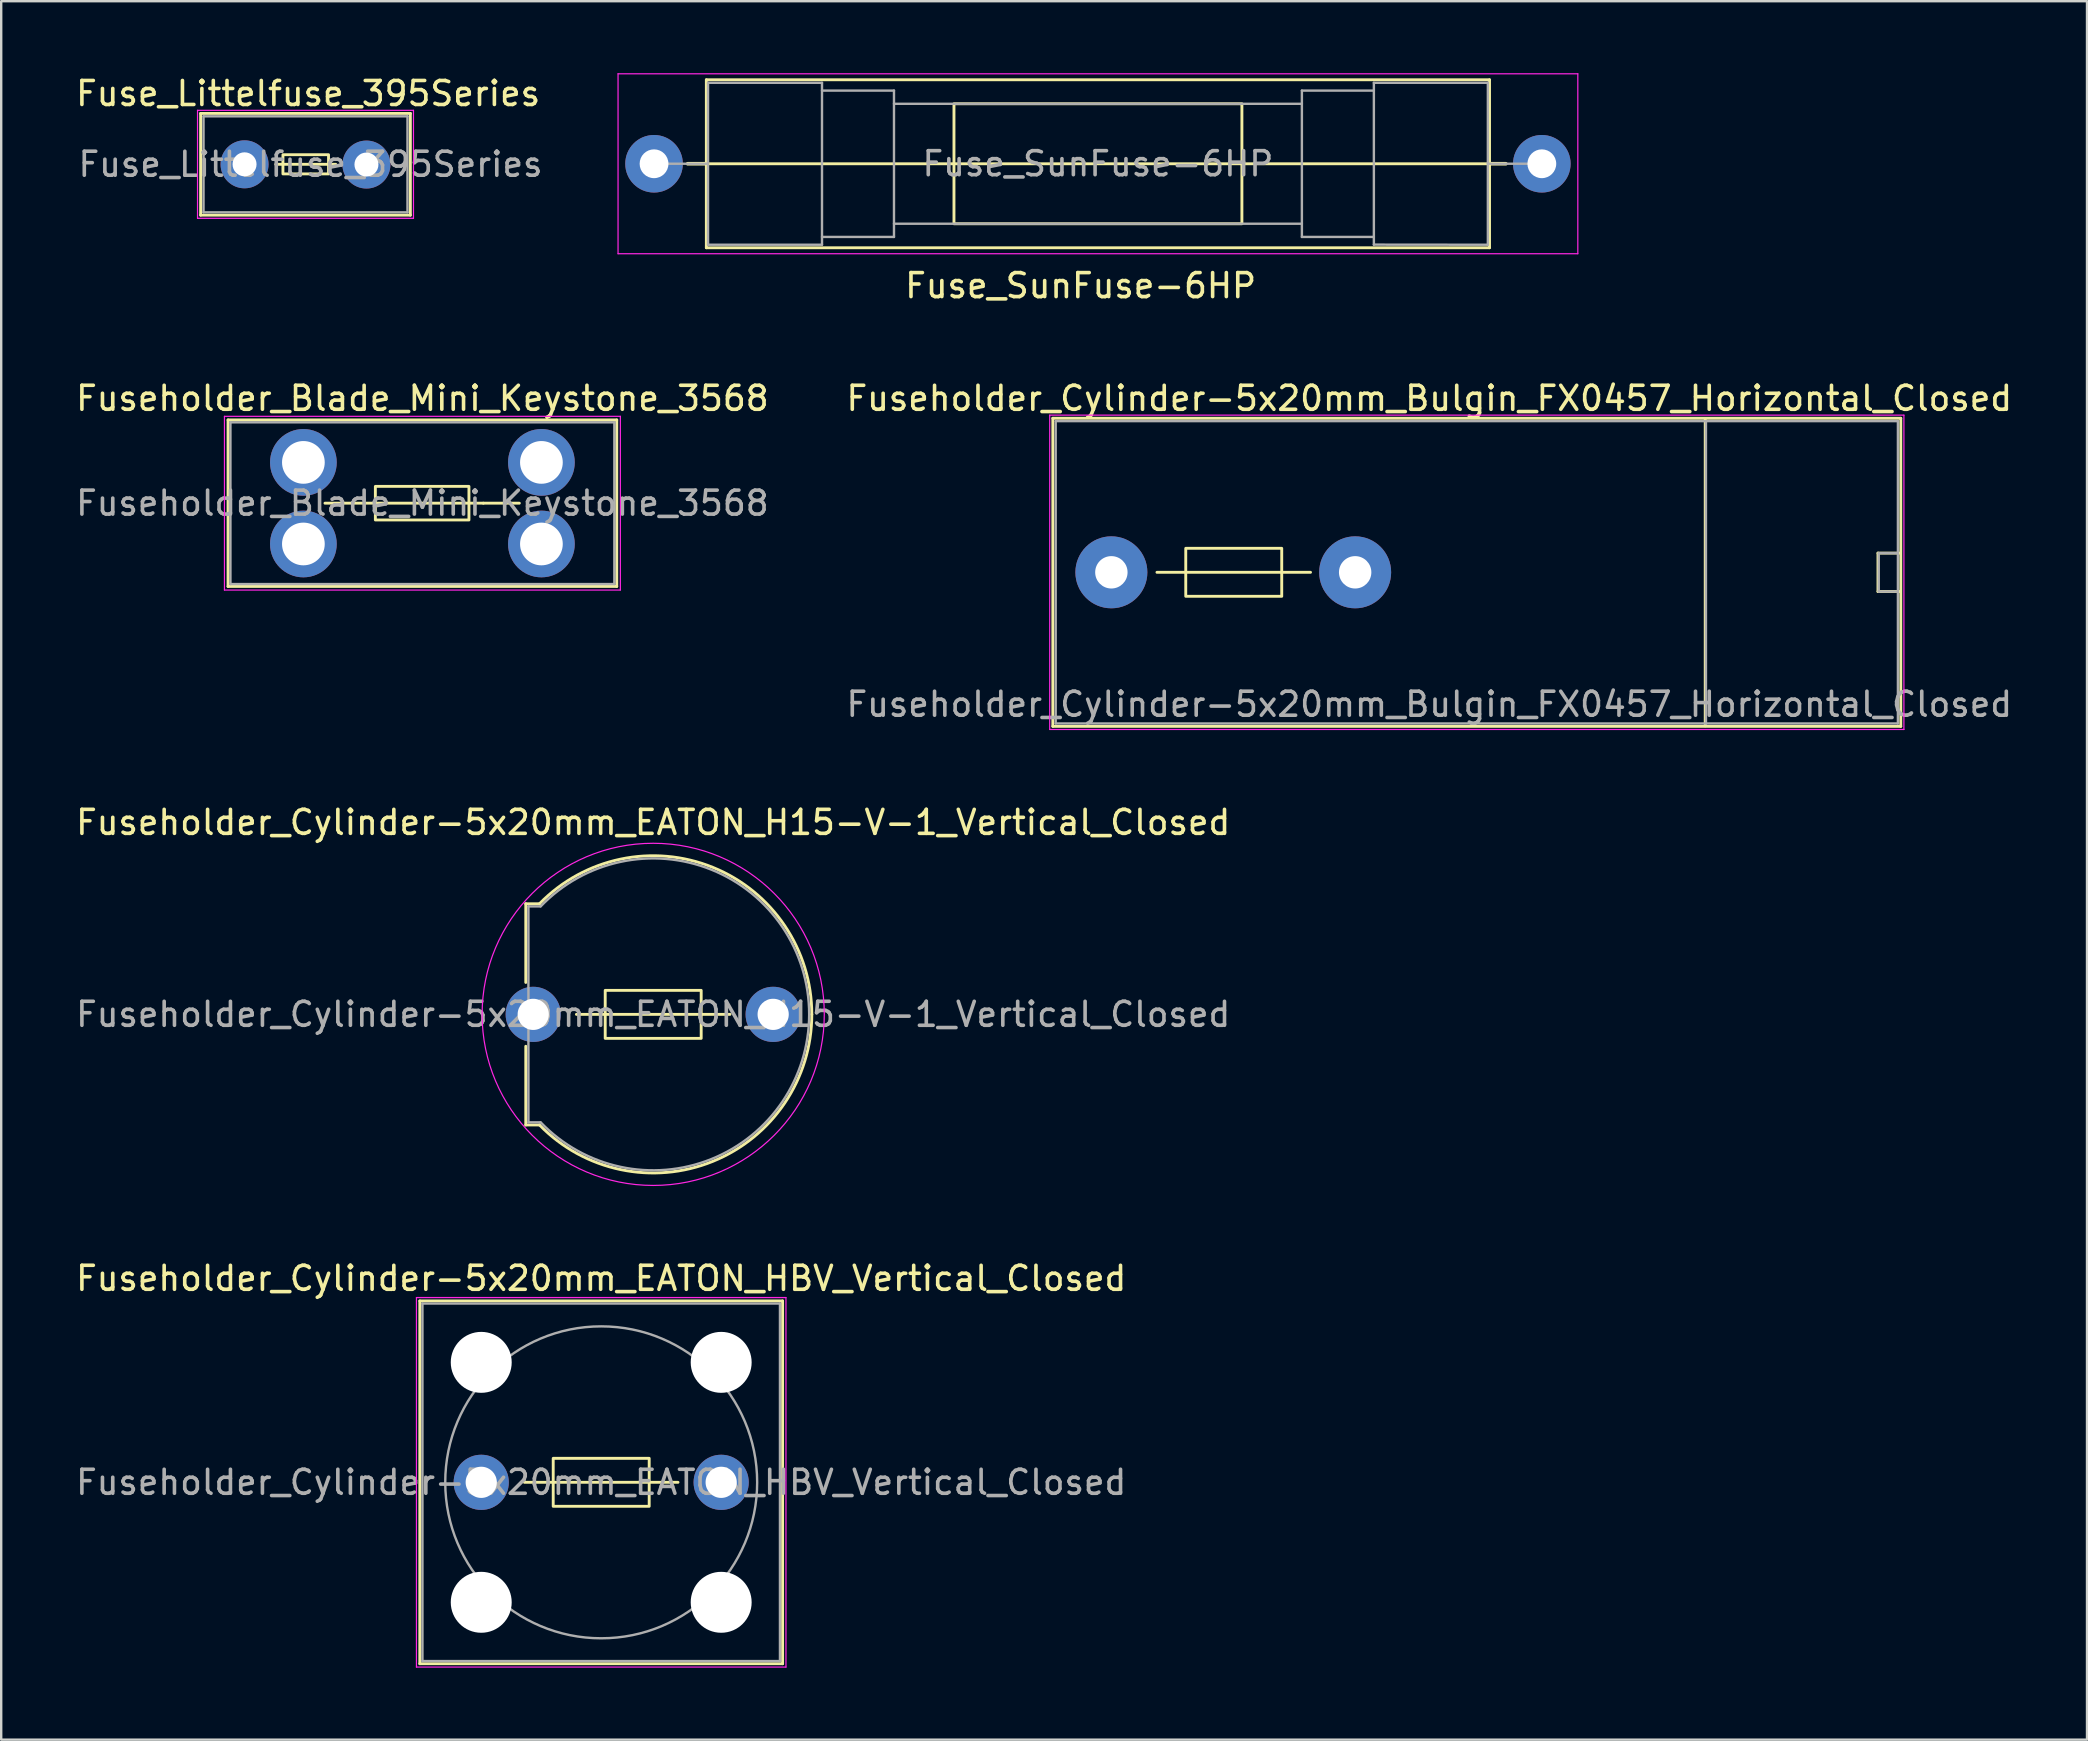
<source format=kicad_pcb>
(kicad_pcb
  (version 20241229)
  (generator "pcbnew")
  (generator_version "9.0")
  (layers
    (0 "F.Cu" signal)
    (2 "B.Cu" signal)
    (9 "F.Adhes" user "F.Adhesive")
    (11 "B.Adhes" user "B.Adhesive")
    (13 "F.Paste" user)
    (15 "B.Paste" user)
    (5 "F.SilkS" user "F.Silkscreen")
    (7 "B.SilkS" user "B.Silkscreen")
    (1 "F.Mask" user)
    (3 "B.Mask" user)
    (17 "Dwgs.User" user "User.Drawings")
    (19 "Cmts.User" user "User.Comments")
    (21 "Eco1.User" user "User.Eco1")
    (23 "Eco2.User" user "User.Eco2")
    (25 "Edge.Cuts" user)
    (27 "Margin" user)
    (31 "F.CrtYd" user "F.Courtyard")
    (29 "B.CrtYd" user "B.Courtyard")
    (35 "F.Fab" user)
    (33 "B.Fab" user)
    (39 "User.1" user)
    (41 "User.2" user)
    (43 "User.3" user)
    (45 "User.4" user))
  (footprint "Fuseholder_Cylinder-5x20mm_EATON_HBV_Vertical_Closed"
    (layer "F.Cu")
    (at 17.006 58.728)
    (property "Reference" "Fuseholder_Cylinder-5x20mm_EATON_HBV_Vertical_Closed" (at 5 -8.5 0) (layer "F.SilkS") (effects (font (size 1 1) (thickness 0.15))))
    (fp_line (start -2.56 -7.56) (end 12.56 -7.56) (stroke (width 0.12) (type solid)) (layer "F.SilkS"))
    (fp_line (start -2.56 7.56) (end -2.56 -7.56) (stroke (width 0.12) (type solid)) (layer "F.SilkS"))
    (fp_line (start 3 0) (end 1.8 0) (stroke (width 0.12) (type solid)) (layer "F.SilkS"))
    (fp_line (start 8.2 0) (end 3 0) (stroke (width 0.12) (type solid)) (layer "F.SilkS"))
    (fp_line (start 12.56 -7.56) (end 12.56 7.56) (stroke (width 0.12) (type solid)) (layer "F.SilkS"))
    (fp_line (start 12.56 7.56) (end -2.56 7.56) (stroke (width 0.12) (type solid)) (layer "F.SilkS"))
    (fp_rect (start 3 -1) (end 7 1) (stroke (width 0.12) (type solid)) (fill no) (layer "F.SilkS"))
    (fp_line (start -2.7 -7.7) (end 12.7 -7.7) (stroke (width 0.05) (type solid)) (layer "F.CrtYd"))
    (fp_line (start -2.7 7.7) (end -2.7 -7.7) (stroke (width 0.05) (type solid)) (layer "F.CrtYd"))
    (fp_line (start 12.7 -7.7) (end 12.7 7.7) (stroke (width 0.05) (type solid)) (layer "F.CrtYd"))
    (fp_line (start 12.7 7.7) (end -2.7 7.7) (stroke (width 0.05) (type solid)) (layer "F.CrtYd"))
    (fp_line (start -2.45 -7.45) (end 12.45 -7.45) (stroke (width 0.1) (type solid)) (layer "F.Fab"))
    (fp_line (start -2.45 7.45) (end -2.45 -7.45) (stroke (width 0.1) (type solid)) (layer "F.Fab"))
    (fp_line (start 12.45 -7.45) (end 12.45 7.45) (stroke (width 0.1) (type solid)) (layer "F.Fab"))
    (fp_line (start 12.45 7.45) (end -2.45 7.45) (stroke (width 0.1) (type solid)) (layer "F.Fab"))
    (fp_circle (center 5 0) (end 11.5 0) (stroke (width 0.1) (type solid)) (fill no) (layer "F.Fab"))
    (fp_text user "${REFERENCE}" (at 5 0 0) (layer "F.Fab") (effects (font (size 1 1) (thickness 0.15))))
    (pad "" np_thru_hole circle (at 0 -5) (size 2.54 2.54) (drill 2.54) (layers "*.Cu" "*.Mask"))
    (pad "" np_thru_hole circle (at 0 5) (size 2.54 2.54) (drill 2.54) (layers "*.Cu" "*.Mask"))
    (pad "" np_thru_hole circle (at 10 -5) (size 2.54 2.54) (drill 2.54) (layers "*.Cu" "*.Mask"))
    (pad "" np_thru_hole circle (at 10 5) (size 2.54 2.54) (drill 2.54) (layers "*.Cu" "*.Mask"))
    (pad "1" thru_hole circle (at 0 0) (size 2.3 2.3) (drill 1.3) (layers "*.Cu" "*.Mask"))
    (pad "2" thru_hole circle (at 10 0) (size 2.3 2.3) (drill 1.3) (layers "*.Cu" "*.Mask")))
  (footprint "Fuse_SunFuse-6HP"
    (layer "F.Cu")
    (at 24.208 3.775)
    (property "Reference" "Fuse_SunFuse-6HP" (at 17.78 5.08 0) (layer "F.SilkS") (effects (font (size 1 1) (thickness 0.15))))
    (fp_line (start 1.4 0) (end 2.18 0) (stroke (width 0.15) (type solid)) (layer "F.SilkS"))
    (fp_line (start 2.18 -3.5) (end 2.18 3.5) (stroke (width 0.12) (type solid)) (layer "F.SilkS"))
    (fp_line (start 2.18 -3.5) (end 34.82 -3.5) (stroke (width 0.12) (type solid)) (layer "F.SilkS"))
    (fp_line (start 2.18 3.5) (end 34.82 3.5) (stroke (width 0.12) (type solid)) (layer "F.SilkS"))
    (fp_line (start 12.5 0) (end 2.18 0) (stroke (width 0.12) (type solid)) (layer "F.SilkS"))
    (fp_line (start 24.5 0) (end 12.5 0) (stroke (width 0.12) (type solid)) (layer "F.SilkS"))
    (fp_line (start 24.5 0) (end 34.82 0) (stroke (width 0.12) (type solid)) (layer "F.SilkS"))
    (fp_line (start 34.82 0) (end 35.5 0) (stroke (width 0.15) (type solid)) (layer "F.SilkS"))
    (fp_line (start 34.82 3.5) (end 34.82 -3.5) (stroke (width 0.12) (type solid)) (layer "F.SilkS"))
    (fp_rect (start 12.5 -2.5) (end 24.5 2.5) (stroke (width 0.12) (type solid)) (fill no) (layer "F.SilkS"))
    (fp_line (start -1.5 -3.75) (end -1.5 3.75) (stroke (width 0.05) (type solid)) (layer "F.CrtYd"))
    (fp_line (start -1.5 -3.75) (end 38.5 -3.75) (stroke (width 0.05) (type solid)) (layer "F.CrtYd"))
    (fp_line (start -1.5 3.75) (end 38.5 3.75) (stroke (width 0.05) (type solid)) (layer "F.CrtYd"))
    (fp_line (start 38.5 3.75) (end 38.5 -3.75) (stroke (width 0.05) (type solid)) (layer "F.CrtYd"))
    (fp_line (start 0 0) (end 2.25 0) (stroke (width 0.1) (type solid)) (layer "F.Fab"))
    (fp_line (start 2.25 -3.375) (end 2.25 3.375) (stroke (width 0.1) (type solid)) (layer "F.Fab"))
    (fp_line (start 2.25 -3.375) (end 7 -3.375) (stroke (width 0.1) (type solid)) (layer "F.Fab"))
    (fp_line (start 2.25 3.375) (end 7 3.375) (stroke (width 0.1) (type solid)) (layer "F.Fab"))
    (fp_line (start 7 -3.375) (end 7 3.375) (stroke (width 0.1) (type solid)) (layer "F.Fab"))
    (fp_line (start 7 -3.05) (end 10 -3.05) (stroke (width 0.1) (type solid)) (layer "F.Fab"))
    (fp_line (start 7 3.05) (end 10 3.05) (stroke (width 0.1) (type solid)) (layer "F.Fab"))
    (fp_line (start 10 -2.5) (end 27 -2.5) (stroke (width 0.1) (type solid)) (layer "F.Fab"))
    (fp_line (start 10 2.5) (end 27 2.5) (stroke (width 0.1) (type solid)) (layer "F.Fab"))
    (fp_line (start 10 3.05) (end 10 -3.05) (stroke (width 0.1) (type solid)) (layer "F.Fab"))
    (fp_line (start 27 -3.05) (end 30 -3.05) (stroke (width 0.1) (type solid)) (layer "F.Fab"))
    (fp_line (start 27 3.05) (end 27 -3.05) (stroke (width 0.1) (type solid)) (layer "F.Fab"))
    (fp_line (start 27 3.05) (end 30 3.05) (stroke (width 0.1) (type solid)) (layer "F.Fab"))
    (fp_line (start 30 -3.375) (end 30 3.375) (stroke (width 0.1) (type solid)) (layer "F.Fab"))
    (fp_line (start 30 -3.375) (end 34.75 -3.375) (stroke (width 0.1) (type solid)) (layer "F.Fab"))
    (fp_line (start 30 3.37) (end 34.75 3.375) (stroke (width 0.1) (type solid)) (layer "F.Fab"))
    (fp_line (start 34.75 -3.375) (end 34.75 3.375) (stroke (width 0.1) (type solid)) (layer "F.Fab"))
    (fp_line (start 34.75 0) (end 37 0) (stroke (width 0.1) (type solid)) (layer "F.Fab"))
    (fp_text user "${REFERENCE}" (at 18.5 0 0) (layer "F.Fab") (effects (font (size 1 1) (thickness 0.15))))
    (pad "1" thru_hole circle (at 0 0) (size 2.4 2.4) (drill 1.2) (layers "*.Cu" "*.Mask"))
    (pad "2" thru_hole circle (at 37 0) (size 2.4 2.4) (drill 1.2) (layers "*.Cu" "*.Mask")))
  (footprint "Fuseholder_Cylinder-5x20mm_EATON_H15-V-1_Vertical_Closed"
    (layer "F.Cu")
    (at 19.173 39.225)
    (property "Reference" "Fuseholder_Cylinder-5x20mm_EATON_H15-V-1_Vertical_Closed" (at 5 -8 0) (layer "F.SilkS") (effects (font (size 1 1) (thickness 0.15))))
    (fp_line (start -0.31 -4.61) (end -0.31 -1.33) (stroke (width 0.12) (type solid)) (layer "F.SilkS"))
    (fp_line (start -0.31 1.33) (end -0.31 4.61) (stroke (width 0.12) (type solid)) (layer "F.SilkS"))
    (fp_line (start 0.26 -4.61) (end -0.31 -4.61) (stroke (width 0.12) (type solid)) (layer "F.SilkS"))
    (fp_line (start 0.26 4.61) (end -0.31 4.61) (stroke (width 0.12) (type solid)) (layer "F.SilkS"))
    (fp_line (start 3 0) (end 1.8 0) (stroke (width 0.12) (type solid)) (layer "F.SilkS"))
    (fp_line (start 8.2 0) (end 3 0) (stroke (width 0.12) (type solid)) (layer "F.SilkS"))
    (fp_rect (start 3 -1) (end 7 1) (stroke (width 0.12) (type solid)) (fill no) (layer "F.SilkS"))
    (fp_arc (start 0.261221 -4.608261) (mid 7.486842 -6.124354) (end 11.61 0) (stroke (width 0.12) (type solid)) (layer "F.SilkS"))
    (fp_arc (start 11.61 0) (mid 7.486842 6.124354) (end 0.261221 4.608261) (stroke (width 0.12) (type solid)) (layer "F.SilkS"))
    (fp_circle (center 5 0) (end 12.13 0) (stroke (width 0.05) (type solid)) (fill no) (layer "F.CrtYd"))
    (fp_line (start -0.2 -4.5) (end -0.2 4.5) (stroke (width 0.1) (type solid)) (layer "F.Fab"))
    (fp_line (start 0.3 -4.5) (end -0.2 -4.5) (stroke (width 0.1) (type solid)) (layer "F.Fab"))
    (fp_line (start 0.3 4.5) (end -0.2 4.5) (stroke (width 0.1) (type solid)) (layer "F.Fab"))
    (fp_arc (start 0.308559 -4.498931) (mid 7.424421 -6.030935) (end 11.5 0) (stroke (width 0.1) (type solid)) (layer "F.Fab"))
    (fp_arc (start 11.5 0) (mid 7.424421 6.030936) (end 0.308559 4.498931) (stroke (width 0.1) (type solid)) (layer "F.Fab"))
    (fp_text user "${REFERENCE}" (at 5 0 0) (layer "F.Fab") (effects (font (size 1 1) (thickness 0.15))))
    (pad "1" thru_hole circle (at 0 0) (size 2.3 2.3) (drill 1.3) (layers "*.Cu" "*.Mask"))
    (pad "2" thru_hole circle (at 10 0) (size 2.3 2.3) (drill 1.3) (layers "*.Cu" "*.Mask")))
  (footprint "Fuse_Littelfuse_395Series"
    (layer "F.Cu")
    (at 7.142 3.798)
    (property "Reference" "Fuse_Littelfuse_395Series" (at 2.65 -2.95 0) (layer "F.SilkS") (effects (font (size 1 1) (thickness 0.15))))
    (fp_line (start -1.83 -2.12) (end -1.83 2.12) (stroke (width 0.12) (type solid)) (layer "F.SilkS"))
    (fp_line (start -1.83 -2.12) (end 6.91 -2.12) (stroke (width 0.12) (type solid)) (layer "F.SilkS"))
    (fp_line (start 1.3 0) (end 3.8 0) (stroke (width 0.12) (type solid)) (layer "F.SilkS"))
    (fp_line (start 6.91 2.12) (end -1.83 2.12) (stroke (width 0.12) (type solid)) (layer "F.SilkS"))
    (fp_line (start 6.91 2.12) (end 6.91 -2.12) (stroke (width 0.12) (type solid)) (layer "F.SilkS"))
    (fp_rect (start 1.6 -0.4) (end 3.5 0.4) (stroke (width 0.12) (type solid)) (fill no) (layer "F.SilkS"))
    (fp_line (start -1.96 -2.25) (end -1.96 2.25) (stroke (width 0.05) (type solid)) (layer "F.CrtYd"))
    (fp_line (start -1.96 -2.25) (end 7.04 -2.25) (stroke (width 0.05) (type solid)) (layer "F.CrtYd"))
    (fp_line (start 7.04 2.25) (end -1.96 2.25) (stroke (width 0.05) (type solid)) (layer "F.CrtYd"))
    (fp_line (start 7.04 2.25) (end 7.04 -2.25) (stroke (width 0.05) (type solid)) (layer "F.CrtYd"))
    (fp_line (start -1.71 -2) (end -1.71 2) (stroke (width 0.1) (type solid)) (layer "F.Fab"))
    (fp_line (start -1.71 2) (end 6.79 2) (stroke (width 0.1) (type solid)) (layer "F.Fab"))
    (fp_line (start 6.79 -2) (end -1.71 -2) (stroke (width 0.1) (type solid)) (layer "F.Fab"))
    (fp_line (start 6.79 2) (end 6.79 -2) (stroke (width 0.1) (type solid)) (layer "F.Fab"))
    (fp_text user "${REFERENCE}" (at 2.75 0 0) (layer "F.Fab") (effects (font (size 1 1) (thickness 0.15))))
    (pad "1" thru_hole circle (at 0 0) (size 2 2) (drill 1) (layers "*.Cu" "*.Mask"))
    (pad "2" thru_hole circle (at 5.08 0.01) (size 2 2) (drill 1) (layers "*.Cu" "*.Mask")))
  (footprint "Fuseholder_Cylinder-5x20mm_Bulgin_FX0457_Horizontal_Closed"
    (layer "F.Cu")
    (at 43.268 20.802)
    (property "Reference" "Fuseholder_Cylinder-5x20mm_Bulgin_FX0457_Horizontal_Closed" (at 13.25 -7.25 0) (layer "F.SilkS") (effects (font (size 1 1) (thickness 0.15))))
    (fp_line (start -2.44 -6.42) (end -2.44 6.42) (stroke (width 0.12) (type solid)) (layer "F.SilkS"))
    (fp_line (start -2.44 -6.42) (end 32.9 -6.42) (stroke (width 0.12) (type solid)) (layer "F.SilkS"))
    (fp_line (start 3.1 0) (end 1.9 0) (stroke (width 0.12) (type solid)) (layer "F.SilkS"))
    (fp_line (start 8.3 0) (end 3.1 0) (stroke (width 0.12) (type solid)) (layer "F.SilkS"))
    (fp_line (start 24.75 -6.4) (end 24.75 6.4) (stroke (width 0.12) (type solid)) (layer "F.SilkS"))
    (fp_line (start 31.95 -0.8) (end 31.95 0.8) (stroke (width 0.12) (type solid)) (layer "F.SilkS"))
    (fp_line (start 31.95 0.8) (end 32.85 0.8) (stroke (width 0.12) (type solid)) (layer "F.SilkS"))
    (fp_line (start 32.85 -0.8) (end 31.95 -0.8) (stroke (width 0.12) (type solid)) (layer "F.SilkS"))
    (fp_line (start 32.9 6.42) (end -2.44 6.42) (stroke (width 0.12) (type solid)) (layer "F.SilkS"))
    (fp_line (start 32.9 6.42) (end 32.9 -6.42) (stroke (width 0.12) (type solid)) (layer "F.SilkS"))
    (fp_rect (start 3.1 -1) (end 7.1 1) (stroke (width 0.12) (type solid)) (fill no) (layer "F.SilkS"))
    (fp_line (start -2.57 -6.55) (end -2.57 6.55) (stroke (width 0.05) (type solid)) (layer "F.CrtYd"))
    (fp_line (start -2.57 -6.55) (end 33.03 -6.55) (stroke (width 0.05) (type solid)) (layer "F.CrtYd"))
    (fp_line (start 33.03 6.55) (end -2.57 6.55) (stroke (width 0.05) (type solid)) (layer "F.CrtYd"))
    (fp_line (start 33.03 6.55) (end 33.03 -6.55) (stroke (width 0.05) (type solid)) (layer "F.CrtYd"))
    (fp_line (start -2.32 6.3) (end -2.32 -6.3) (stroke (width 0.1) (type solid)) (layer "F.Fab"))
    (fp_line (start -2.32 6.3) (end 32.78 6.3) (stroke (width 0.1) (type solid)) (layer "F.Fab"))
    (fp_line (start 24.78 6.3) (end 24.78 -6.3) (stroke (width 0.1) (type solid)) (layer "F.Fab"))
    (fp_line (start 31.98 -0.8) (end 31.98 0.8) (stroke (width 0.1) (type solid)) (layer "F.Fab"))
    (fp_line (start 31.98 0.8) (end 32.78 0.8) (stroke (width 0.1) (type solid)) (layer "F.Fab"))
    (fp_line (start 32.78 -6.3) (end -2.32 -6.3) (stroke (width 0.1) (type solid)) (layer "F.Fab"))
    (fp_line (start 32.78 -0.8) (end 31.98 -0.8) (stroke (width 0.1) (type solid)) (layer "F.Fab"))
    (fp_line (start 32.78 6.3) (end 32.78 -6.3) (stroke (width 0.1) (type solid)) (layer "F.Fab"))
    (fp_text user "${REFERENCE}" (at 13.25 5.5 0) (layer "F.Fab") (effects (font (size 1 1) (thickness 0.15))))
    (pad "1" thru_hole circle (at 0 0) (size 3 3) (drill 1.35) (layers "*.Cu" "*.Mask"))
    (pad "2" thru_hole circle (at 10.16 0) (size 3 3) (drill 1.35) (layers "*.Cu" "*.Mask")))
  (footprint "Fuseholder_Blade_Mini_Keystone_3568"
    (layer "F.Cu")
    (at 9.594 16.221)
    (property "Reference" "Fuseholder_Blade_Mini_Keystone_3568" (at 4.96 -2.67 0) (layer "F.SilkS") (effects (font (size 1 1) (thickness 0.15))))
    (fp_line (start -3.14 -1.77) (end -3.14 5.17) (stroke (width 0.12) (type solid)) (layer "F.SilkS"))
    (fp_line (start -3.14 5.17) (end 13.06 5.17) (stroke (width 0.12) (type solid)) (layer "F.SilkS"))
    (fp_line (start 0.9 1.7) (end 7.5 1.7) (stroke (width 0.12) (type solid)) (layer "F.SilkS"))
    (fp_line (start 9 1.7) (end 7.5 1.7) (stroke (width 0.12) (type solid)) (layer "F.SilkS"))
    (fp_line (start 13.06 -1.77) (end -3.14 -1.77) (stroke (width 0.12) (type solid)) (layer "F.SilkS"))
    (fp_line (start 13.06 5.17) (end 13.06 -1.77) (stroke (width 0.12) (type solid)) (layer "F.SilkS"))
    (fp_rect (start 3 1) (end 6.9 2.4) (stroke (width 0.12) (type solid)) (fill no) (layer "F.SilkS"))
    (fp_line (start -3.29 -1.92) (end -3.29 5.32) (stroke (width 0.05) (type solid)) (layer "F.CrtYd"))
    (fp_line (start -3.29 5.32) (end 13.21 5.32) (stroke (width 0.05) (type solid)) (layer "F.CrtYd"))
    (fp_line (start 13.21 -1.92) (end -3.29 -1.92) (stroke (width 0.05) (type solid)) (layer "F.CrtYd"))
    (fp_line (start 13.21 5.32) (end 13.21 -1.92) (stroke (width 0.05) (type solid)) (layer "F.CrtYd"))
    (fp_line (start -3.04 -1.67) (end -3.04 5.07) (stroke (width 0.1) (type solid)) (layer "F.Fab"))
    (fp_line (start -3.04 5.07) (end 12.96 5.07) (stroke (width 0.1) (type solid)) (layer "F.Fab"))
    (fp_line (start 12.96 -1.67) (end -3.04 -1.67) (stroke (width 0.1) (type solid)) (layer "F.Fab"))
    (fp_line (start 12.96 5.07) (end 12.96 -1.67) (stroke (width 0.1) (type solid)) (layer "F.Fab"))
    (fp_text user "${REFERENCE}" (at 4.96 1.7 0) (layer "F.Fab") (effects (font (size 1 1) (thickness 0.15))))
    (pad "1" thru_hole circle (at 0 0) (size 2.78 2.78) (drill 1.78) (layers "*.Cu" "*.Mask"))
    (pad "1" thru_hole circle (at 0 3.4) (size 2.78 2.78) (drill 1.78) (layers "*.Cu" "*.Mask"))
    (pad "2" thru_hole circle (at 9.92 0) (size 2.78 2.78) (drill 1.78) (layers "*.Cu" "*.Mask"))
    (pad "2" thru_hole circle (at 9.92 3.4) (size 2.78 2.78) (drill 1.78) (layers "*.Cu" "*.Mask")))
  (gr_rect
    (start -3 -3)
    (end 83.929 69.453)
    (stroke (width 0.1) (type default))
    (fill no)
    (layer "Edge.Cuts")))
</source>
